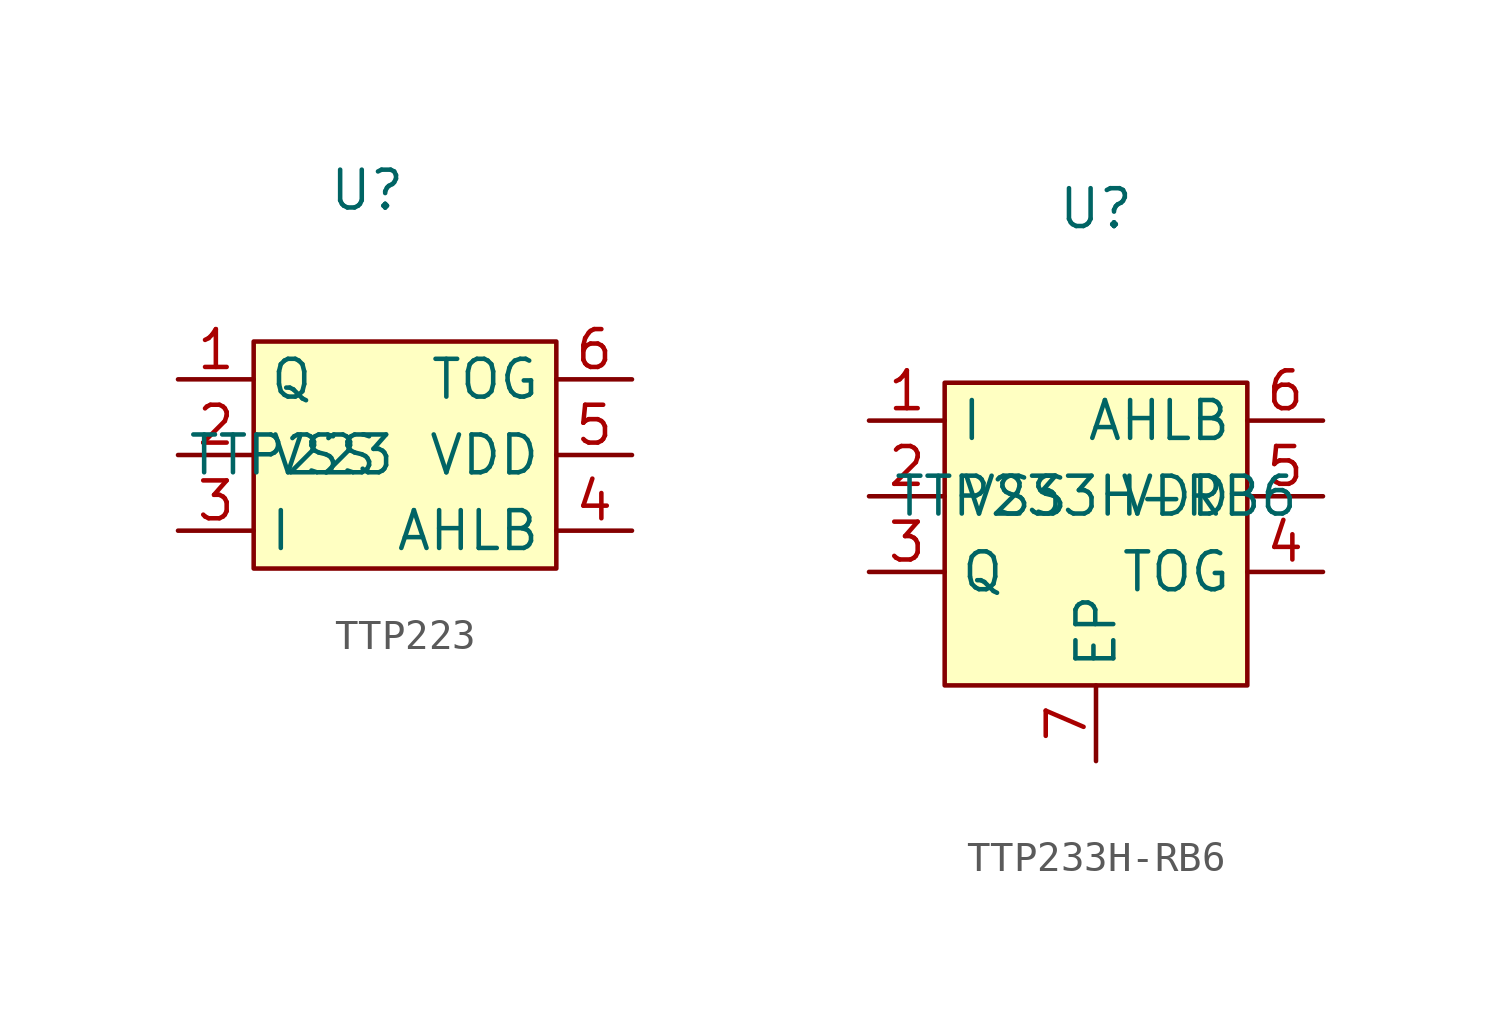
<source format=kicad_sym>
(kicad_symbol_lib
  (version 20231120)
  (generator "kicad_symbol_editor")
  (generator_version "8.0")
  (symbol "TTP223"
    (property "Reference" "U"
      (at -1.27 8.89 0)
      (effects (font (size 1.27 1.27))))
    (property "Value" "TTP223"
      (at -3.81 0 0)
      (effects (font (size 1.27 1.27))))
    (symbol "TTP223_1_1"
      (rectangle (start -5.08 3.81) (end 5.08 -3.81) (stroke (width 0) (type default)) (fill (type background)))
      (pin bidirectional line (at -7.62 2.54 0) (length 2.54) (name "Q" (effects (font (size 1.27 1.27)))) (number "1" (effects (font (size 1.27 1.27)))))
      (pin power_in line (at -7.62 0 0) (length 2.54) (name "VSS" (effects (font (size 1.27 1.27)))) (number "2" (effects (font (size 1.27 1.27)))))
      (pin bidirectional line (at -7.62 -2.54 0) (length 2.54) (name "I" (effects (font (size 1.27 1.27)))) (number "3" (effects (font (size 1.27 1.27)))))
      (pin bidirectional line (at 7.62 -2.54 180) (length 2.54) (name "AHLB" (effects (font (size 1.27 1.27)))) (number "4" (effects (font (size 1.27 1.27)))))
      (pin power_in line (at 7.62 0 180) (length 2.54) (name "VDD" (effects (font (size 1.27 1.27)))) (number "5" (effects (font (size 1.27 1.27)))))
      (pin bidirectional line (at 7.62 2.54 180) (length 2.54) (name "TOG" (effects (font (size 1.27 1.27)))) (number "6" (effects (font (size 1.27 1.27)))))))
  (symbol "TTP233H-RB6"
    (property "Reference" "U"
      (at 0 9.652 0)
      (effects (font (size 1.27 1.27))))
    (property "Value" "TTP233H-RB6"
      (at 0 0 0)
      (effects (font (size 1.27 1.27))))
    (symbol "TTP233H-RB6_1_0"
      (pin passive line (at 0 -8.89 90) (length 2.54) (name "EP" (effects (font (size 1.27 1.27)))) (number "7" (effects (font (size 1.27 1.27))))))
    (symbol "TTP233H-RB6_1_1"
      (rectangle (start -5.08 3.81) (end 5.08 -6.35) (stroke (width 0) (type default)) (fill (type background)))
      (pin bidirectional line (at -7.62 2.54 0) (length 2.54) (name "I" (effects (font (size 1.27 1.27)))) (number "1" (effects (font (size 1.27 1.27)))))
      (pin power_in line (at -7.62 0 0) (length 2.54) (name "VSS" (effects (font (size 1.27 1.27)))) (number "2" (effects (font (size 1.27 1.27)))))
      (pin bidirectional line (at -7.62 -2.54 0) (length 2.54) (name "Q" (effects (font (size 1.27 1.27)))) (number "3" (effects (font (size 1.27 1.27)))))
      (pin bidirectional line (at 7.62 -2.54 180) (length 2.54) (name "TOG" (effects (font (size 1.27 1.27)))) (number "4" (effects (font (size 1.27 1.27)))))
      (pin power_in line (at 7.62 0 180) (length 2.54) (name "VDD" (effects (font (size 1.27 1.27)))) (number "5" (effects (font (size 1.27 1.27)))))
      (pin bidirectional line (at 7.62 2.54 180) (length 2.54) (name "AHLB" (effects (font (size 1.27 1.27)))) (number "6" (effects (font (size 1.27 1.27))))))))
</source>
